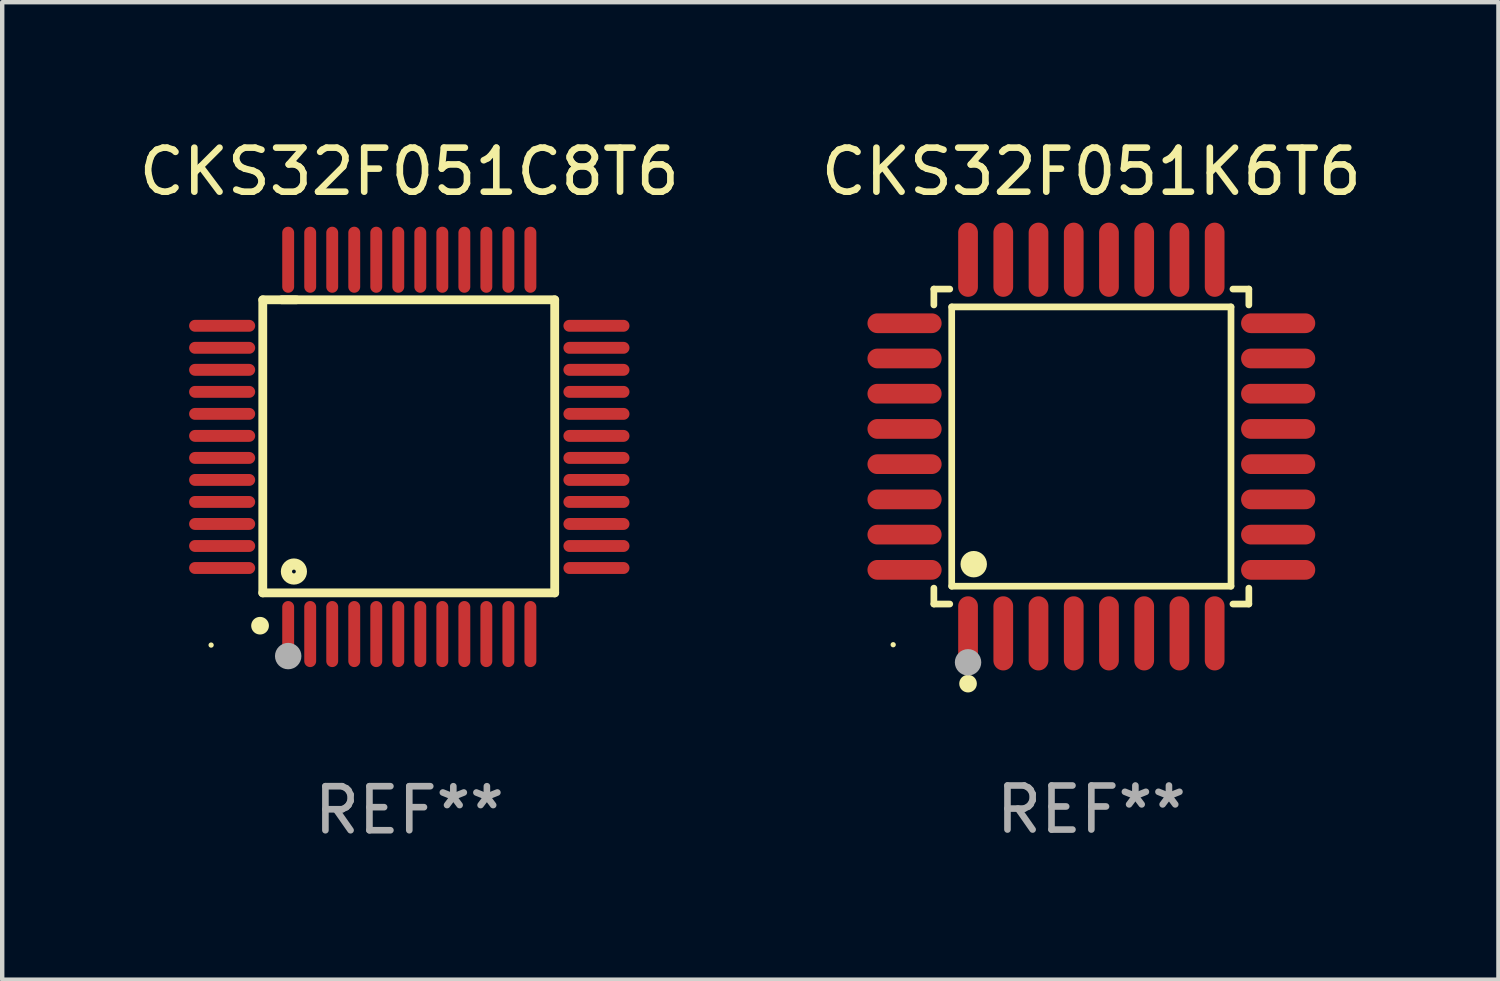
<source format=kicad_pcb>
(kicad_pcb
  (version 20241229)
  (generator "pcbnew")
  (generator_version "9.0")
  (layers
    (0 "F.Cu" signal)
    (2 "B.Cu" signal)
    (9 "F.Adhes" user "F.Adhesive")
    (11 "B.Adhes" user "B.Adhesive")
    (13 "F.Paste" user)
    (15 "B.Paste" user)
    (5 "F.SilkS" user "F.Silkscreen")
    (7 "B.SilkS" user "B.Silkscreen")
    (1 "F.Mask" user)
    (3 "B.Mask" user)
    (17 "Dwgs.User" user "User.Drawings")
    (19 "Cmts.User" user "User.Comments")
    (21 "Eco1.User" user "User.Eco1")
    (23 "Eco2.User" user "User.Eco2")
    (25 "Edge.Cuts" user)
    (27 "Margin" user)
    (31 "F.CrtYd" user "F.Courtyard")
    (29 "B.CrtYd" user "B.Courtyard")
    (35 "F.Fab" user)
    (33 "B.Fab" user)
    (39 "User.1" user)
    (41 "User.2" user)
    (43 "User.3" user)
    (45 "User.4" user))
  (footprint "CKS32F051C8T6"
    (layer "F.Cu")
    (at 6.244 7.098)
    (property "Reference" "CKS32F051C8T6" (at 0 -6.25 0) (layer "F.SilkS") (effects (font (size 1 1) (thickness 0.15))))
    (attr through_hole)
    (fp_line (start -3.327 -3.34) (end -2.565 -3.34) (stroke (width 0.2) (type solid)) (layer "F.SilkS"))
    (fp_line (start -3.327 3.315) (end -3.327 -3.34) (stroke (width 0.2) (type solid)) (layer "F.SilkS"))
    (fp_line (start -2.896 -3.34) (end 3.302 -3.34) (stroke (width 0.2) (type solid)) (layer "F.SilkS"))
    (fp_line (start 3.302 -3.34) (end 3.302 3.315) (stroke (width 0.2) (type solid)) (layer "F.SilkS"))
    (fp_line (start 3.302 3.315) (end -3.327 3.315) (stroke (width 0.2) (type solid)) (layer "F.SilkS"))
    (fp_arc (start -3.389992 4.059995) (mid -3.388722 4.059991) (end -3.387452 4.059995) (stroke (width 0.4) (type solid)) (layer "F.SilkS"))
    (fp_circle (center -4.5 4.5) (end -4.47 4.5) (stroke (width 0.06) (type solid)) (fill no) (layer "F.SilkS"))
    (fp_circle (center -2.62 2.83) (end -2.45 2.83) (stroke (width 0.254) (type solid)) (fill no) (layer "F.SilkS"))
    (fp_circle (center -2.75 4.75) (end -2.6 4.75) (stroke (width 0.3) (type solid)) (fill no) (layer "F.Fab"))
    (fp_text user "REF**" (at 0 8.25 0) (layer "F.Fab") (effects (font (size 1 1) (thickness 0.15))))
    (pad "1" smd oval (at -2.75 4.25) (size 0.27 1.5) (layers "F.Cu" "F.Mask" "F.Paste"))
    (pad "2" smd oval (at -2.25 4.25) (size 0.27 1.5) (layers "F.Cu" "F.Mask" "F.Paste"))
    (pad "3" smd oval (at -1.75 4.25) (size 0.27 1.5) (layers "F.Cu" "F.Mask" "F.Paste"))
    (pad "4" smd oval (at -1.25 4.25) (size 0.27 1.5) (layers "F.Cu" "F.Mask" "F.Paste"))
    (pad "5" smd oval (at -0.75 4.25) (size 0.27 1.5) (layers "F.Cu" "F.Mask" "F.Paste"))
    (pad "6" smd oval (at -0.25 4.25) (size 0.27 1.5) (layers "F.Cu" "F.Mask" "F.Paste"))
    (pad "7" smd oval (at 0.25 4.25) (size 0.27 1.5) (layers "F.Cu" "F.Mask" "F.Paste"))
    (pad "8" smd oval (at 0.75 4.25) (size 0.27 1.5) (layers "F.Cu" "F.Mask" "F.Paste"))
    (pad "9" smd oval (at 1.25 4.25) (size 0.27 1.5) (layers "F.Cu" "F.Mask" "F.Paste"))
    (pad "10" smd oval (at 1.75 4.25) (size 0.27 1.5) (layers "F.Cu" "F.Mask" "F.Paste"))
    (pad "11" smd oval (at 2.25 4.25) (size 0.27 1.5) (layers "F.Cu" "F.Mask" "F.Paste"))
    (pad "12" smd oval (at 2.75 4.25) (size 0.27 1.5) (layers "F.Cu" "F.Mask" "F.Paste"))
    (pad "13" smd oval (at 4.25 2.75) (size 1.5 0.27) (layers "F.Cu" "F.Mask" "F.Paste"))
    (pad "14" smd oval (at 4.25 2.25) (size 1.5 0.27) (layers "F.Cu" "F.Mask" "F.Paste"))
    (pad "15" smd oval (at 4.25 1.75) (size 1.5 0.27) (layers "F.Cu" "F.Mask" "F.Paste"))
    (pad "16" smd oval (at 4.25 1.25) (size 1.5 0.27) (layers "F.Cu" "F.Mask" "F.Paste"))
    (pad "17" smd oval (at 4.25 0.75) (size 1.5 0.27) (layers "F.Cu" "F.Mask" "F.Paste"))
    (pad "18" smd oval (at 4.25 0.25) (size 1.5 0.27) (layers "F.Cu" "F.Mask" "F.Paste"))
    (pad "19" smd oval (at 4.25 -0.25) (size 1.5 0.27) (layers "F.Cu" "F.Mask" "F.Paste"))
    (pad "20" smd oval (at 4.25 -0.75) (size 1.5 0.27) (layers "F.Cu" "F.Mask" "F.Paste"))
    (pad "21" smd oval (at 4.25 -1.25) (size 1.5 0.27) (layers "F.Cu" "F.Mask" "F.Paste"))
    (pad "22" smd oval (at 4.25 -1.75) (size 1.5 0.27) (layers "F.Cu" "F.Mask" "F.Paste"))
    (pad "23" smd oval (at 4.25 -2.25) (size 1.5 0.27) (layers "F.Cu" "F.Mask" "F.Paste"))
    (pad "24" smd oval (at 4.25 -2.75) (size 1.5 0.27) (layers "F.Cu" "F.Mask" "F.Paste"))
    (pad "25" smd oval (at 2.75 -4.25) (size 0.27 1.5) (layers "F.Cu" "F.Mask" "F.Paste"))
    (pad "26" smd oval (at 2.25 -4.25) (size 0.27 1.5) (layers "F.Cu" "F.Mask" "F.Paste"))
    (pad "27" smd oval (at 1.75 -4.25) (size 0.27 1.5) (layers "F.Cu" "F.Mask" "F.Paste"))
    (pad "28" smd oval (at 1.25 -4.25) (size 0.27 1.5) (layers "F.Cu" "F.Mask" "F.Paste"))
    (pad "29" smd oval (at 0.75 -4.25) (size 0.27 1.5) (layers "F.Cu" "F.Mask" "F.Paste"))
    (pad "30" smd oval (at 0.25 -4.25) (size 0.27 1.5) (layers "F.Cu" "F.Mask" "F.Paste"))
    (pad "31" smd oval (at -0.25 -4.25) (size 0.27 1.5) (layers "F.Cu" "F.Mask" "F.Paste"))
    (pad "32" smd oval (at -0.75 -4.25) (size 0.27 1.5) (layers "F.Cu" "F.Mask" "F.Paste"))
    (pad "33" smd oval (at -1.25 -4.25) (size 0.27 1.5) (layers "F.Cu" "F.Mask" "F.Paste"))
    (pad "34" smd oval (at -1.75 -4.25) (size 0.27 1.5) (layers "F.Cu" "F.Mask" "F.Paste"))
    (pad "35" smd oval (at -2.25 -4.25) (size 0.27 1.5) (layers "F.Cu" "F.Mask" "F.Paste"))
    (pad "36" smd oval (at -2.75 -4.25) (size 0.27 1.5) (layers "F.Cu" "F.Mask" "F.Paste"))
    (pad "37" smd oval (at -4.25 -2.75) (size 1.5 0.27) (layers "F.Cu" "F.Mask" "F.Paste"))
    (pad "38" smd oval (at -4.25 -2.25) (size 1.5 0.27) (layers "F.Cu" "F.Mask" "F.Paste"))
    (pad "39" smd oval (at -4.25 -1.75) (size 1.5 0.27) (layers "F.Cu" "F.Mask" "F.Paste"))
    (pad "40" smd oval (at -4.25 -1.25) (size 1.5 0.27) (layers "F.Cu" "F.Mask" "F.Paste"))
    (pad "41" smd oval (at -4.25 -0.75) (size 1.5 0.27) (layers "F.Cu" "F.Mask" "F.Paste"))
    (pad "42" smd oval (at -4.25 -0.25) (size 1.5 0.27) (layers "F.Cu" "F.Mask" "F.Paste"))
    (pad "43" smd oval (at -4.25 0.25) (size 1.5 0.27) (layers "F.Cu" "F.Mask" "F.Paste"))
    (pad "44" smd oval (at -4.25 0.75) (size 1.5 0.27) (layers "F.Cu" "F.Mask" "F.Paste"))
    (pad "45" smd oval (at -4.25 1.25) (size 1.5 0.27) (layers "F.Cu" "F.Mask" "F.Paste"))
    (pad "46" smd oval (at -4.25 1.75) (size 1.5 0.27) (layers "F.Cu" "F.Mask" "F.Paste"))
    (pad "47" smd oval (at -4.25 2.25) (size 1.5 0.27) (layers "F.Cu" "F.Mask" "F.Paste"))
    (pad "48" smd oval (at -4.25 2.75) (size 1.5 0.27) (layers "F.Cu" "F.Mask" "F.Paste")))
  (footprint "CKS32F051K6T6"
    (layer "F.Cu")
    (at 21.732 7.09)
    (property "Reference" "CKS32F051K6T6" (at 0 -6.242 0) (layer "F.SilkS") (effects (font (size 1 1) (thickness 0.15))))
    (attr through_hole)
    (fp_line (start -3.576 -3.576) (end -3.215 -3.576) (stroke (width 0.152) (type solid)) (layer "F.SilkS"))
    (fp_line (start -3.576 -3.215) (end -3.576 -3.576) (stroke (width 0.152) (type solid)) (layer "F.SilkS"))
    (fp_line (start -3.576 3.215) (end -3.576 3.576) (stroke (width 0.152) (type solid)) (layer "F.SilkS"))
    (fp_line (start -3.576 3.576) (end -3.215 3.576) (stroke (width 0.152) (type solid)) (layer "F.SilkS"))
    (fp_line (start -3.171 -3.171) (end 3.171 -3.171) (stroke (width 0.152) (type solid)) (layer "F.SilkS"))
    (fp_line (start -3.171 3.171) (end -3.171 -3.171) (stroke (width 0.152) (type solid)) (layer "F.SilkS"))
    (fp_line (start 3.171 -3.171) (end 3.171 3.171) (stroke (width 0.152) (type solid)) (layer "F.SilkS"))
    (fp_line (start 3.171 3.171) (end -3.171 3.171) (stroke (width 0.152) (type solid)) (layer "F.SilkS"))
    (fp_line (start 3.576 -3.576) (end 3.215 -3.576) (stroke (width 0.152) (type solid)) (layer "F.SilkS"))
    (fp_line (start 3.576 -3.215) (end 3.576 -3.576) (stroke (width 0.152) (type solid)) (layer "F.SilkS"))
    (fp_line (start 3.576 3.215) (end 3.576 3.576) (stroke (width 0.152) (type solid)) (layer "F.SilkS"))
    (fp_line (start 3.576 3.576) (end 3.215 3.576) (stroke (width 0.152) (type solid)) (layer "F.SilkS"))
    (fp_circle (center -4.5 4.5) (end -4.47 4.5) (stroke (width 0.06) (type solid)) (fill no) (layer "F.SilkS"))
    (fp_circle (center -2.8 5.384) (end -2.7 5.384) (stroke (width 0.2) (type solid)) (fill no) (layer "F.SilkS"))
    (fp_circle (center -2.671 2.671) (end -2.521 2.671) (stroke (width 0.3) (type solid)) (fill no) (layer "F.SilkS"))
    (fp_circle (center -2.8 4.9) (end -2.65 4.9) (stroke (width 0.3) (type solid)) (fill no) (layer "F.Fab"))
    (fp_text user "REF**" (at 0 8.242 0) (layer "F.Fab") (effects (font (size 1 1) (thickness 0.15))))
    (pad "1" smd oval (at -2.8 4.242) (size 0.448 1.684) (layers "F.Cu" "F.Mask" "F.Paste"))
    (pad "2" smd oval (at -2 4.242) (size 0.448 1.684) (layers "F.Cu" "F.Mask" "F.Paste"))
    (pad "3" smd oval (at -1.2 4.242) (size 0.448 1.684) (layers "F.Cu" "F.Mask" "F.Paste"))
    (pad "4" smd oval (at -0.4 4.242) (size 0.448 1.684) (layers "F.Cu" "F.Mask" "F.Paste"))
    (pad "5" smd oval (at 0.4 4.242) (size 0.448 1.684) (layers "F.Cu" "F.Mask" "F.Paste"))
    (pad "6" smd oval (at 1.2 4.242) (size 0.448 1.684) (layers "F.Cu" "F.Mask" "F.Paste"))
    (pad "7" smd oval (at 2 4.242) (size 0.448 1.684) (layers "F.Cu" "F.Mask" "F.Paste"))
    (pad "8" smd oval (at 2.8 4.242) (size 0.448 1.684) (layers "F.Cu" "F.Mask" "F.Paste"))
    (pad "9" smd oval (at 4.242 2.8) (size 1.684 0.448) (layers "F.Cu" "F.Mask" "F.Paste"))
    (pad "10" smd oval (at 4.242 2) (size 1.684 0.448) (layers "F.Cu" "F.Mask" "F.Paste"))
    (pad "11" smd oval (at 4.242 1.2) (size 1.684 0.448) (layers "F.Cu" "F.Mask" "F.Paste"))
    (pad "12" smd oval (at 4.242 0.4) (size 1.684 0.448) (layers "F.Cu" "F.Mask" "F.Paste"))
    (pad "13" smd oval (at 4.242 -0.4) (size 1.684 0.448) (layers "F.Cu" "F.Mask" "F.Paste"))
    (pad "14" smd oval (at 4.242 -1.2) (size 1.684 0.448) (layers "F.Cu" "F.Mask" "F.Paste"))
    (pad "15" smd oval (at 4.242 -2) (size 1.684 0.448) (layers "F.Cu" "F.Mask" "F.Paste"))
    (pad "16" smd oval (at 4.242 -2.8) (size 1.684 0.448) (layers "F.Cu" "F.Mask" "F.Paste"))
    (pad "17" smd oval (at 2.8 -4.242) (size 0.448 1.684) (layers "F.Cu" "F.Mask" "F.Paste"))
    (pad "18" smd oval (at 2 -4.242) (size 0.448 1.684) (layers "F.Cu" "F.Mask" "F.Paste"))
    (pad "19" smd oval (at 1.2 -4.242) (size 0.448 1.684) (layers "F.Cu" "F.Mask" "F.Paste"))
    (pad "20" smd oval (at 0.4 -4.242) (size 0.448 1.684) (layers "F.Cu" "F.Mask" "F.Paste"))
    (pad "21" smd oval (at -0.4 -4.242) (size 0.448 1.684) (layers "F.Cu" "F.Mask" "F.Paste"))
    (pad "22" smd oval (at -1.2 -4.242) (size 0.448 1.684) (layers "F.Cu" "F.Mask" "F.Paste"))
    (pad "23" smd oval (at -2 -4.242) (size 0.448 1.684) (layers "F.Cu" "F.Mask" "F.Paste"))
    (pad "24" smd oval (at -2.8 -4.242) (size 0.448 1.684) (layers "F.Cu" "F.Mask" "F.Paste"))
    (pad "25" smd oval (at -4.242 -2.8) (size 1.684 0.448) (layers "F.Cu" "F.Mask" "F.Paste"))
    (pad "26" smd oval (at -4.242 -2) (size 1.684 0.448) (layers "F.Cu" "F.Mask" "F.Paste"))
    (pad "27" smd oval (at -4.242 -1.2) (size 1.684 0.448) (layers "F.Cu" "F.Mask" "F.Paste"))
    (pad "28" smd oval (at -4.242 -0.4) (size 1.684 0.448) (layers "F.Cu" "F.Mask" "F.Paste"))
    (pad "29" smd oval (at -4.242 0.4) (size 1.684 0.448) (layers "F.Cu" "F.Mask" "F.Paste"))
    (pad "30" smd oval (at -4.242 1.2) (size 1.684 0.448) (layers "F.Cu" "F.Mask" "F.Paste"))
    (pad "31" smd oval (at -4.242 2) (size 1.684 0.448) (layers "F.Cu" "F.Mask" "F.Paste"))
    (pad "32" smd oval (at -4.242 2.8) (size 1.684 0.448) (layers "F.Cu" "F.Mask" "F.Paste")))
  (gr_rect
    (start -3 -3)
    (end 30.976 19.196)
    (stroke (width 0.1) (type default))
    (fill no)
    (layer "Edge.Cuts")))
</source>
